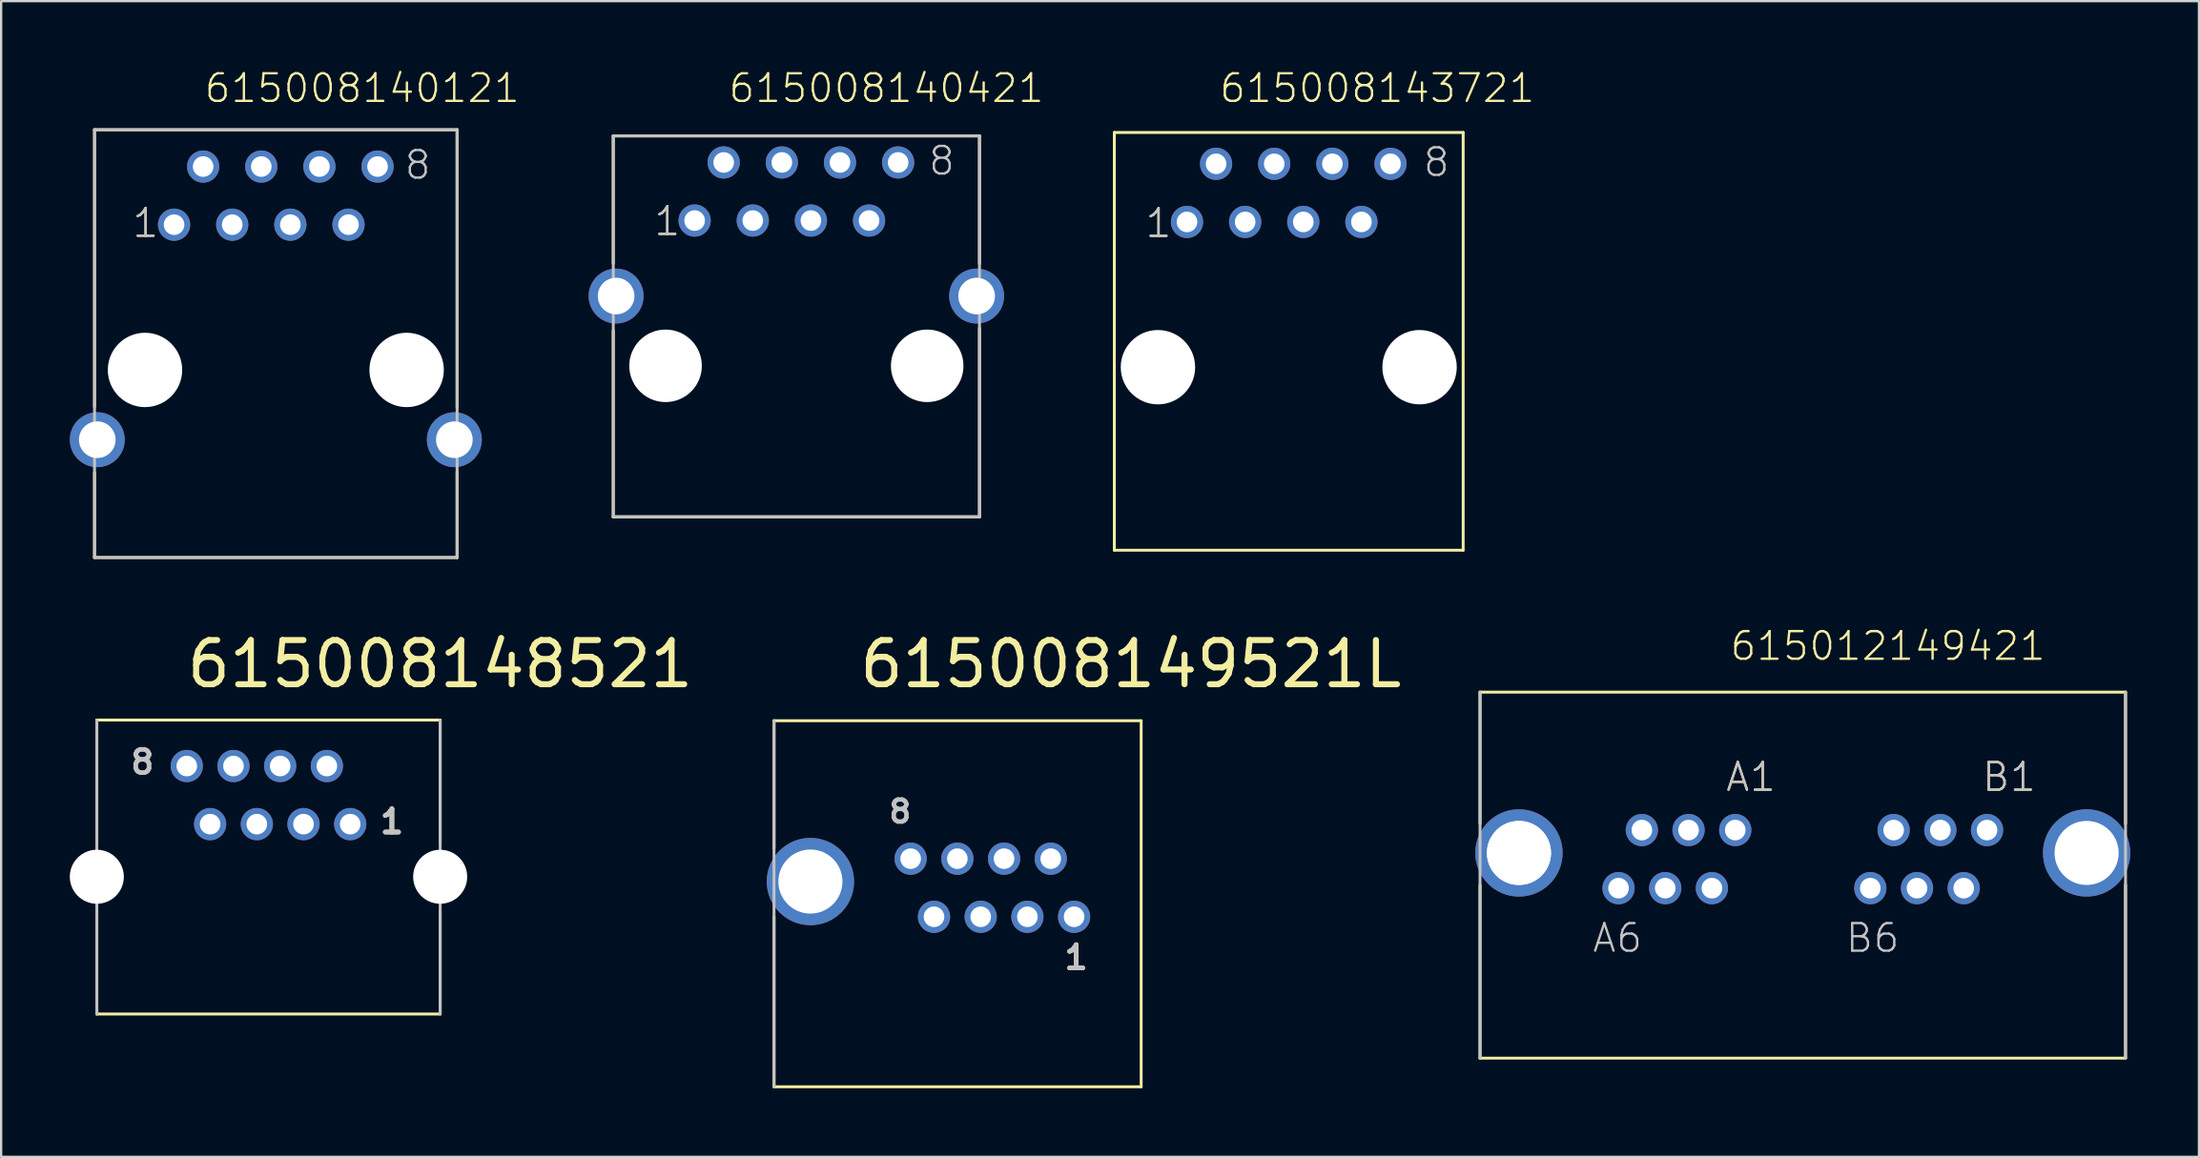
<source format=kicad_pcb>
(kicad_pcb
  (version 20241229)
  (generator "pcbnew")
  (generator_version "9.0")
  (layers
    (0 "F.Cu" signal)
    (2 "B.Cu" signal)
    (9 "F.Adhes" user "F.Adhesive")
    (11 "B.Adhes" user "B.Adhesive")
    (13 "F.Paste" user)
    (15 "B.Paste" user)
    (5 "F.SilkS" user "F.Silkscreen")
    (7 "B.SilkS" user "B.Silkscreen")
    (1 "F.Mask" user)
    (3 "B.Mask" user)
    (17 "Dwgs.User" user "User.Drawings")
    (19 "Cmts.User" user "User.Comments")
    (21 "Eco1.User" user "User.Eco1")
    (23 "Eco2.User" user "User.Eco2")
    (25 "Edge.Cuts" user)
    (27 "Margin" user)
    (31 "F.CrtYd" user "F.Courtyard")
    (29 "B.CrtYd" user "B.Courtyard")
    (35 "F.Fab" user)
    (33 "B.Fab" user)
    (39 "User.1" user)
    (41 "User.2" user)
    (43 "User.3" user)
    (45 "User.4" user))
  (footprint "615008143721"
    (layer "F.Cu")
    (at 53.253 13.001)
    (property "Reference" "615008143721" (at -3.09 -11.49 0) (layer "F.SilkS") (effects (font (size 1.206 1.206) (thickness 0.102)) (justify left bottom)))
    (attr through_hole)
    (fp_line (start -7.62 -10.26) (end 7.62 -10.26) (stroke (width 0.127) (type solid)) (layer "F.SilkS"))
    (fp_line (start -7.62 8) (end -7.62 -10.26) (stroke (width 0.127) (type solid)) (layer "F.SilkS"))
    (fp_line (start 7.62 -10.26) (end 7.62 8) (stroke (width 0.127) (type solid)) (layer "F.SilkS"))
    (fp_line (start 7.62 8) (end -7.62 8) (stroke (width 0.127) (type solid)) (layer "F.SilkS"))
    (fp_text user "1" (at -6.33 -5.59 0) (layer "F.SilkS") (effects (font (size 1.206 1.206) (thickness 0.102)) (justify left bottom)))
    (fp_text user "8" (at 5.81 -8.255 0) (layer "Dwgs.User") (effects (font (size 1.206 1.206) (thickness 0.102)) (justify left bottom)))
    (fp_text user "1" (at -6.33 -5.59 0) (layer "Dwgs.User") (effects (font (size 1.206 1.206) (thickness 0.102)) (justify left bottom)))
    (pad "" np_thru_hole circle (at -5.715 0) (size 3.25 3.25) (drill 3.25) (layers "*.Cu"))
    (pad "" np_thru_hole circle (at 5.715 0) (size 3.25 3.25) (drill 3.25) (layers "*.Cu"))
    (pad "1" thru_hole circle (at -4.445 -6.35) (size 1.408 1.408) (drill 0.9) (layers "*.Cu" "*.Mask"))
    (pad "2" thru_hole circle (at -3.175 -8.89) (size 1.408 1.408) (drill 0.9) (layers "*.Cu" "*.Mask"))
    (pad "3" thru_hole circle (at -1.905 -6.35) (size 1.408 1.408) (drill 0.9) (layers "*.Cu" "*.Mask"))
    (pad "4" thru_hole circle (at -0.635 -8.89) (size 1.408 1.408) (drill 0.9) (layers "*.Cu" "*.Mask"))
    (pad "5" thru_hole circle (at 0.635 -6.35) (size 1.408 1.408) (drill 0.9) (layers "*.Cu" "*.Mask"))
    (pad "6" thru_hole circle (at 1.905 -8.89) (size 1.408 1.408) (drill 0.9) (layers "*.Cu" "*.Mask"))
    (pad "7" thru_hole circle (at 3.175 -6.35) (size 1.408 1.408) (drill 0.9) (layers "*.Cu" "*.Mask"))
    (pad "8" thru_hole circle (at 4.445 -8.89) (size 1.408 1.408) (drill 0.9) (layers "*.Cu" "*.Mask")))
  (footprint "615008140121"
    (layer "F.Cu")
    (at 9 5.501)
    (property "Reference" "615008140121" (at -3.185 -3.99 0) (layer "F.SilkS") (effects (font (size 1.206 1.206) (thickness 0.102)) (justify left bottom)))
    (attr through_hole)
    (fp_line (start -7.92 -2.88) (end 7.92 -2.88) (stroke (width 0.127) (type solid)) (layer "F.SilkS"))
    (fp_line (start -7.92 9.23) (end -7.92 -2.88) (stroke (width 0.127) (type solid)) (layer "F.SilkS"))
    (fp_line (start -7.92 12.11) (end -7.92 15.82) (stroke (width 0.127) (type solid)) (layer "F.SilkS"))
    (fp_line (start -7.92 15.82) (end 7.92 15.82) (stroke (width 0.127) (type solid)) (layer "F.SilkS"))
    (fp_line (start 7.92 -2.88) (end 7.92 9.27) (stroke (width 0.127) (type solid)) (layer "F.SilkS"))
    (fp_line (start 7.92 15.82) (end 7.92 12.08) (stroke (width 0.127) (type solid)) (layer "F.SilkS"))
    (fp_line (start -7.92 -2.88) (end 7.92 -2.88) (stroke (width 0.127) (type solid)) (layer "Dwgs.User"))
    (fp_line (start -7.92 15.82) (end -7.92 -2.88) (stroke (width 0.127) (type solid)) (layer "Dwgs.User"))
    (fp_line (start 7.92 -2.88) (end 7.92 15.82) (stroke (width 0.127) (type solid)) (layer "Dwgs.User"))
    (fp_line (start 7.92 15.82) (end -7.92 15.82) (stroke (width 0.127) (type solid)) (layer "Dwgs.User"))
    (fp_text user "1" (at -6.33 1.905 0) (layer "F.SilkS") (effects (font (size 1.206 1.206) (thickness 0.102)) (justify left bottom)))
    (fp_text user "8" (at 5.56 -0.635 0) (layer "Dwgs.User") (effects (font (size 1.206 1.206) (thickness 0.102)) (justify left bottom)))
    (fp_text user "1" (at -6.33 1.905 0) (layer "Dwgs.User") (effects (font (size 1.206 1.206) (thickness 0.102)) (justify left bottom)))
    (pad "" np_thru_hole circle (at -5.715 7.62) (size 3.25 3.25) (drill 3.25) (layers "*.Cu"))
    (pad "" np_thru_hole circle (at 5.715 7.62) (size 3.25 3.25) (drill 3.25) (layers "*.Cu"))
    (pad "1" thru_hole circle (at -4.445 1.27) (size 1.408 1.408) (drill 0.9) (layers "*.Cu" "*.Mask"))
    (pad "2" thru_hole circle (at -3.175 -1.27) (size 1.408 1.408) (drill 0.9) (layers "*.Cu" "*.Mask"))
    (pad "3" thru_hole circle (at -1.905 1.27) (size 1.408 1.408) (drill 0.9) (layers "*.Cu" "*.Mask"))
    (pad "4" thru_hole circle (at -0.635 -1.27) (size 1.408 1.408) (drill 0.9) (layers "*.Cu" "*.Mask"))
    (pad "5" thru_hole circle (at 0.635 1.27) (size 1.408 1.408) (drill 0.9) (layers "*.Cu" "*.Mask"))
    (pad "6" thru_hole circle (at 1.905 -1.27) (size 1.408 1.408) (drill 0.9) (layers "*.Cu" "*.Mask"))
    (pad "7" thru_hole circle (at 3.175 1.27) (size 1.408 1.408) (drill 0.9) (layers "*.Cu" "*.Mask"))
    (pad "8" thru_hole circle (at 4.445 -1.27) (size 1.408 1.408) (drill 0.9) (layers "*.Cu" "*.Mask"))
    (pad "SHEL" thru_hole circle (at -7.8 10.67) (size 2.4 2.4) (drill 1.6) (layers "*.Cu" "*.Mask"))
    (pad "SHEL" thru_hole circle (at 7.8 10.67) (size 2.4 2.4) (drill 1.6) (layers "*.Cu" "*.Mask")))
  (footprint "615008140421"
    (layer "F.Cu")
    (at 31.742 5.321)
    (property "Reference" "615008140421" (at -3.025 -3.81 0) (layer "F.SilkS") (effects (font (size 1.206 1.206) (thickness 0.102)) (justify left bottom)))
    (attr through_hole)
    (fp_line (start -8 -2.43) (end 8 -2.43) (stroke (width 0.127) (type solid)) (layer "F.SilkS"))
    (fp_line (start -8 3.15) (end -8 -2.43) (stroke (width 0.127) (type solid)) (layer "F.SilkS"))
    (fp_line (start -8 6.1) (end -8 14.22) (stroke (width 0.127) (type solid)) (layer "F.SilkS"))
    (fp_line (start -8 14.22) (end 8 14.22) (stroke (width 0.127) (type solid)) (layer "F.SilkS"))
    (fp_line (start 8 -2.43) (end 8 3.15) (stroke (width 0.127) (type solid)) (layer "F.SilkS"))
    (fp_line (start 8 14.22) (end 8 5.97) (stroke (width 0.127) (type solid)) (layer "F.SilkS"))
    (fp_line (start -8 -2.43) (end 8 -2.43) (stroke (width 0.127) (type solid)) (layer "Dwgs.User"))
    (fp_line (start -8 14.22) (end -8 -2.43) (stroke (width 0.127) (type solid)) (layer "Dwgs.User"))
    (fp_line (start 8 -2.43) (end 8 14.22) (stroke (width 0.127) (type solid)) (layer "Dwgs.User"))
    (fp_line (start 8 14.22) (end -8 14.22) (stroke (width 0.127) (type solid)) (layer "Dwgs.User"))
    (fp_text user "1" (at -6.28 2.005 0) (layer "F.SilkS") (effects (font (size 1.206 1.206) (thickness 0.102)) (justify left bottom)))
    (fp_text user "8" (at 5.71 -0.635 0) (layer "Dwgs.User") (effects (font (size 1.206 1.206) (thickness 0.102)) (justify left bottom)))
    (fp_text user "1" (at -6.28 2.005 0) (layer "Dwgs.User") (effects (font (size 1.206 1.206) (thickness 0.102)) (justify left bottom)))
    (pad "" np_thru_hole circle (at -5.715 7.62) (size 3.17 3.17) (drill 3.17) (layers "*.Cu"))
    (pad "" np_thru_hole circle (at 5.715 7.62) (size 3.17 3.17) (drill 3.17) (layers "*.Cu"))
    (pad "1" thru_hole circle (at -4.445 1.27) (size 1.408 1.408) (drill 0.9) (layers "*.Cu" "*.Mask"))
    (pad "2" thru_hole circle (at -3.175 -1.27) (size 1.408 1.408) (drill 0.9) (layers "*.Cu" "*.Mask"))
    (pad "3" thru_hole circle (at -1.905 1.27) (size 1.408 1.408) (drill 0.9) (layers "*.Cu" "*.Mask"))
    (pad "4" thru_hole circle (at -0.635 -1.27) (size 1.408 1.408) (drill 0.9) (layers "*.Cu" "*.Mask"))
    (pad "5" thru_hole circle (at 0.635 1.27) (size 1.408 1.408) (drill 0.9) (layers "*.Cu" "*.Mask"))
    (pad "6" thru_hole circle (at 1.905 -1.27) (size 1.408 1.408) (drill 0.9) (layers "*.Cu" "*.Mask"))
    (pad "7" thru_hole circle (at 3.175 1.27) (size 1.408 1.408) (drill 0.9) (layers "*.Cu" "*.Mask"))
    (pad "8" thru_hole circle (at 4.445 -1.27) (size 1.408 1.408) (drill 0.9) (layers "*.Cu" "*.Mask"))
    (pad "SHEL" thru_hole circle (at -7.875 4.57) (size 2.4 2.4) (drill 1.6) (layers "*.Cu" "*.Mask"))
    (pad "SHEL" thru_hole circle (at 7.875 4.57) (size 2.4 2.4) (drill 1.6) (layers "*.Cu" "*.Mask")))
  (footprint "615012149421"
    (layer "F.Cu")
    (at 75.71 34.234)
    (property "Reference" "615012149421" (at -3.24 -8.338 0) (layer "F.SilkS") (effects (font (size 1.206 1.206) (thickness 0.102)) (justify left bottom)))
    (attr through_hole)
    (fp_line (start -14.1 -7.03) (end 14.1 -7.03) (stroke (width 0.127) (type solid)) (layer "F.SilkS"))
    (fp_line (start -14.1 -1.28) (end -14.1 -7.03) (stroke (width 0.127) (type solid)) (layer "F.SilkS"))
    (fp_line (start -14.1 1.41) (end -14.1 8.97) (stroke (width 0.127) (type solid)) (layer "F.SilkS"))
    (fp_line (start 14.1 -1.28) (end 14.1 -7.03) (stroke (width 0.127) (type solid)) (layer "F.SilkS"))
    (fp_line (start 14.1 1.4) (end 14.1 8.96) (stroke (width 0.127) (type solid)) (layer "F.SilkS"))
    (fp_line (start 14.1 8.97) (end -14.1 8.97) (stroke (width 0.127) (type solid)) (layer "F.SilkS"))
    (fp_line (start -14.1 8.97) (end -14.1 -7.03) (stroke (width 0.127) (type solid)) (layer "Dwgs.User"))
    (fp_line (start 14.1 -7.03) (end 14.1 8.97) (stroke (width 0.127) (type solid)) (layer "Dwgs.User"))
    (fp_text user "B1" (at 7.77 -2.615 0) (layer "F.SilkS") (effects (font (size 1.206 1.206) (thickness 0.102)) (justify left bottom)))
    (fp_text user "A1" (at -3.425 -2.615 0) (layer "F.SilkS") (effects (font (size 1.206 1.206) (thickness 0.102)) (justify left bottom)))
    (fp_text user "A1" (at -3.425 -2.615 0) (layer "Dwgs.User") (effects (font (size 1.206 1.206) (thickness 0.102)) (justify left bottom)))
    (fp_text user "A6" (at -9.255 4.425 0) (layer "Dwgs.User") (effects (font (size 1.206 1.206) (thickness 0.102)) (justify left bottom)))
    (fp_text user "B6" (at 1.805 4.425 0) (layer "Dwgs.User") (effects (font (size 1.206 1.206) (thickness 0.102)) (justify left bottom)))
    (fp_text user "B1" (at 7.77 -2.615 0) (layer "Dwgs.User") (effects (font (size 1.206 1.206) (thickness 0.102)) (justify left bottom)))
    (pad "" np_thru_hole circle (at -12.4 0) (size 2.8 2.8) (drill 2.8) (layers "*.Cu"))
    (pad "A1" thru_hole circle (at -2.95 -1) (size 1.408 1.408) (drill 0.9) (layers "*.Cu" "*.Mask"))
    (pad "A2" thru_hole circle (at -3.97 1.54) (size 1.408 1.408) (drill 0.9) (layers "*.Cu" "*.Mask"))
    (pad "A3" thru_hole circle (at -4.99 -1) (size 1.408 1.408) (drill 0.9) (layers "*.Cu" "*.Mask"))
    (pad "A4" thru_hole circle (at -6.01 1.54) (size 1.408 1.408) (drill 0.9) (layers "*.Cu" "*.Mask"))
    (pad "A5" thru_hole circle (at -7.03 -1) (size 1.408 1.408) (drill 0.9) (layers "*.Cu" "*.Mask"))
    (pad "A6" thru_hole circle (at -8.05 1.54) (size 1.408 1.408) (drill 0.9) (layers "*.Cu" "*.Mask"))
    (pad "B1" thru_hole circle (at 8.05 -1) (size 1.408 1.408) (drill 0.9) (layers "*.Cu" "*.Mask"))
    (pad "B2" thru_hole circle (at 7.03 1.54) (size 1.408 1.408) (drill 0.9) (layers "*.Cu" "*.Mask"))
    (pad "B3" thru_hole circle (at 6.01 -1) (size 1.408 1.408) (drill 0.9) (layers "*.Cu" "*.Mask"))
    (pad "B4" thru_hole circle (at 4.99 1.54) (size 1.408 1.408) (drill 0.9) (layers "*.Cu" "*.Mask"))
    (pad "B5" thru_hole circle (at 3.97 -1) (size 1.408 1.408) (drill 0.9) (layers "*.Cu" "*.Mask"))
    (pad "B6" thru_hole circle (at 2.95 1.54) (size 1.408 1.408) (drill 0.9) (layers "*.Cu" "*.Mask"))
    (pad "SHEL" thru_hole circle (at -12.4 0) (size 3.816 3.816) (drill 2.8) (layers "*.Cu" "*.Mask"))
    (pad "SHEL" thru_hole circle (at 12.4 0) (size 3.816 3.816) (drill 2.8) (layers "*.Cu" "*.Mask")))
  (footprint "615008148521"
    (layer "F.Cu")
    (at 8.68 35.275)
    (property "Reference" "615008148521" (at -3.702 -8.167 0) (layer "F.SilkS") (effects (font (size 1.93 1.93) (thickness 0.264)) (justify left bottom)))
    (attr through_hole)
    (fp_line (start -7.5 -6.85) (end 7.5 -6.85) (stroke (width 0.127) (type solid)) (layer "F.SilkS"))
    (fp_line (start -7.5 -1.5) (end -7.5 -6.85) (stroke (width 0.127) (type solid)) (layer "F.SilkS"))
    (fp_line (start -7.5 1.5) (end -7.5 6) (stroke (width 0.127) (type solid)) (layer "F.SilkS"))
    (fp_line (start -7.5 6) (end 7.5 6) (stroke (width 0.127) (type solid)) (layer "F.SilkS"))
    (fp_line (start 7.5 -1.5) (end 7.5 -6.85) (stroke (width 0.127) (type solid)) (layer "F.SilkS"))
    (fp_line (start 7.5 1.5) (end 7.5 6) (stroke (width 0.127) (type solid)) (layer "F.SilkS"))
    (fp_line (start -7.5 6) (end -7.5 -6.85) (stroke (width 0.127) (type solid)) (layer "Dwgs.User"))
    (fp_line (start 7.5 6) (end 7.5 -6.85) (stroke (width 0.127) (type solid)) (layer "Dwgs.User"))
    (fp_text user "1" (at 4.775 -1.82 0) (layer "F.SilkS") (effects (font (size 1.013 1.013) (thickness 0.203)) (justify left bottom)))
    (fp_text user "8" (at -6.125 -4.42 0) (layer "Dwgs.User") (effects (font (size 1.013 1.013) (thickness 0.203)) (justify left bottom)))
    (fp_text user "1" (at 4.775 -1.82 0) (layer "Dwgs.User") (effects (font (size 1.013 1.013) (thickness 0.203)) (justify left bottom)))
    (pad "" np_thru_hole circle (at -7.5 0) (size 2.36 2.36) (drill 2.36) (layers "*.Cu"))
    (pad "" np_thru_hole circle (at 7.5 0) (size 2.36 2.36) (drill 2.36) (layers "*.Cu"))
    (pad "1" thru_hole circle (at 3.57 -2.3 180) (size 1.408 1.408) (drill 0.9) (layers "*.Cu" "*.Mask"))
    (pad "2" thru_hole circle (at 2.55 -4.84 180) (size 1.408 1.408) (drill 0.9) (layers "*.Cu" "*.Mask"))
    (pad "3" thru_hole circle (at 1.53 -2.3 180) (size 1.408 1.408) (drill 0.9) (layers "*.Cu" "*.Mask"))
    (pad "4" thru_hole circle (at 0.51 -4.84 180) (size 1.408 1.408) (drill 0.9) (layers "*.Cu" "*.Mask"))
    (pad "5" thru_hole circle (at -0.51 -2.3 180) (size 1.408 1.408) (drill 0.9) (layers "*.Cu" "*.Mask"))
    (pad "6" thru_hole circle (at -1.53 -4.84 180) (size 1.408 1.408) (drill 0.9) (layers "*.Cu" "*.Mask"))
    (pad "7" thru_hole circle (at -2.55 -2.3 180) (size 1.408 1.408) (drill 0.9) (layers "*.Cu" "*.Mask"))
    (pad "8" thru_hole circle (at -3.57 -4.84 180) (size 1.408 1.408) (drill 0.9) (layers "*.Cu" "*.Mask")))
  (footprint "615008149521L"
    (layer "F.Cu")
    (at 40.305 35.755)
    (property "Reference" "615008149521L" (at -5.934 -8.647 0) (layer "F.SilkS") (effects (font (size 1.93 1.93) (thickness 0.264)) (justify left bottom)))
    (attr through_hole)
    (fp_line (start -9.54 -7.3) (end 6.5 -7.3) (stroke (width 0.127) (type solid)) (layer "F.SilkS"))
    (fp_line (start -9.54 -1.71) (end -9.54 -7.3) (stroke (width 0.127) (type solid)) (layer "F.SilkS"))
    (fp_line (start -9.54 1.24) (end -9.54 8.7) (stroke (width 0.127) (type solid)) (layer "F.SilkS"))
    (fp_line (start -9.54 8.7) (end 6.5 8.7) (stroke (width 0.127) (type solid)) (layer "F.SilkS"))
    (fp_line (start 6.5 8.7) (end 6.5 -7.3) (stroke (width 0.127) (type solid)) (layer "F.SilkS"))
    (fp_line (start -9.54 8.7) (end -9.54 -7.3) (stroke (width 0.127) (type solid)) (layer "Dwgs.User"))
    (fp_text user "1" (at 3.046 3.64 0) (layer "F.SilkS") (effects (font (size 1.013 1.013) (thickness 0.203)) (justify left bottom)))
    (fp_text user "1" (at 3.046 3.64 0) (layer "Dwgs.User") (effects (font (size 1.013 1.013) (thickness 0.203)) (justify left bottom)))
    (fp_text user "8" (at -4.618 -2.765 0) (layer "Dwgs.User") (effects (font (size 0.965 0.965) (thickness 0.193)) (justify left bottom)))
    (pad "1" thru_hole circle (at 3.57 1.27) (size 1.408 1.408) (drill 0.9) (layers "*.Cu" "*.Mask"))
    (pad "2" thru_hole circle (at 2.55 -1.27) (size 1.408 1.408) (drill 0.9) (layers "*.Cu" "*.Mask"))
    (pad "3" thru_hole circle (at 1.53 1.27) (size 1.408 1.408) (drill 0.9) (layers "*.Cu" "*.Mask"))
    (pad "4" thru_hole circle (at 0.51 -1.27) (size 1.408 1.408) (drill 0.9) (layers "*.Cu" "*.Mask"))
    (pad "5" thru_hole circle (at -0.51 1.27) (size 1.408 1.408) (drill 0.9) (layers "*.Cu" "*.Mask"))
    (pad "6" thru_hole circle (at -1.53 -1.27) (size 1.408 1.408) (drill 0.9) (layers "*.Cu" "*.Mask"))
    (pad "7" thru_hole circle (at -2.55 1.27) (size 1.408 1.408) (drill 0.9) (layers "*.Cu" "*.Mask"))
    (pad "8" thru_hole circle (at -3.57 -1.27) (size 1.408 1.408) (drill 0.9) (layers "*.Cu" "*.Mask"))
    (pad "SHEL" thru_hole circle (at -7.95 -0.27) (size 3.816 3.816) (drill 2.8) (layers "*.Cu" "*.Mask")))
  (gr_rect
    (start -3 -3)
    (end 93.018 47.519)
    (stroke (width 0.1) (type default))
    (fill no)
    (layer "Edge.Cuts")))
</source>
